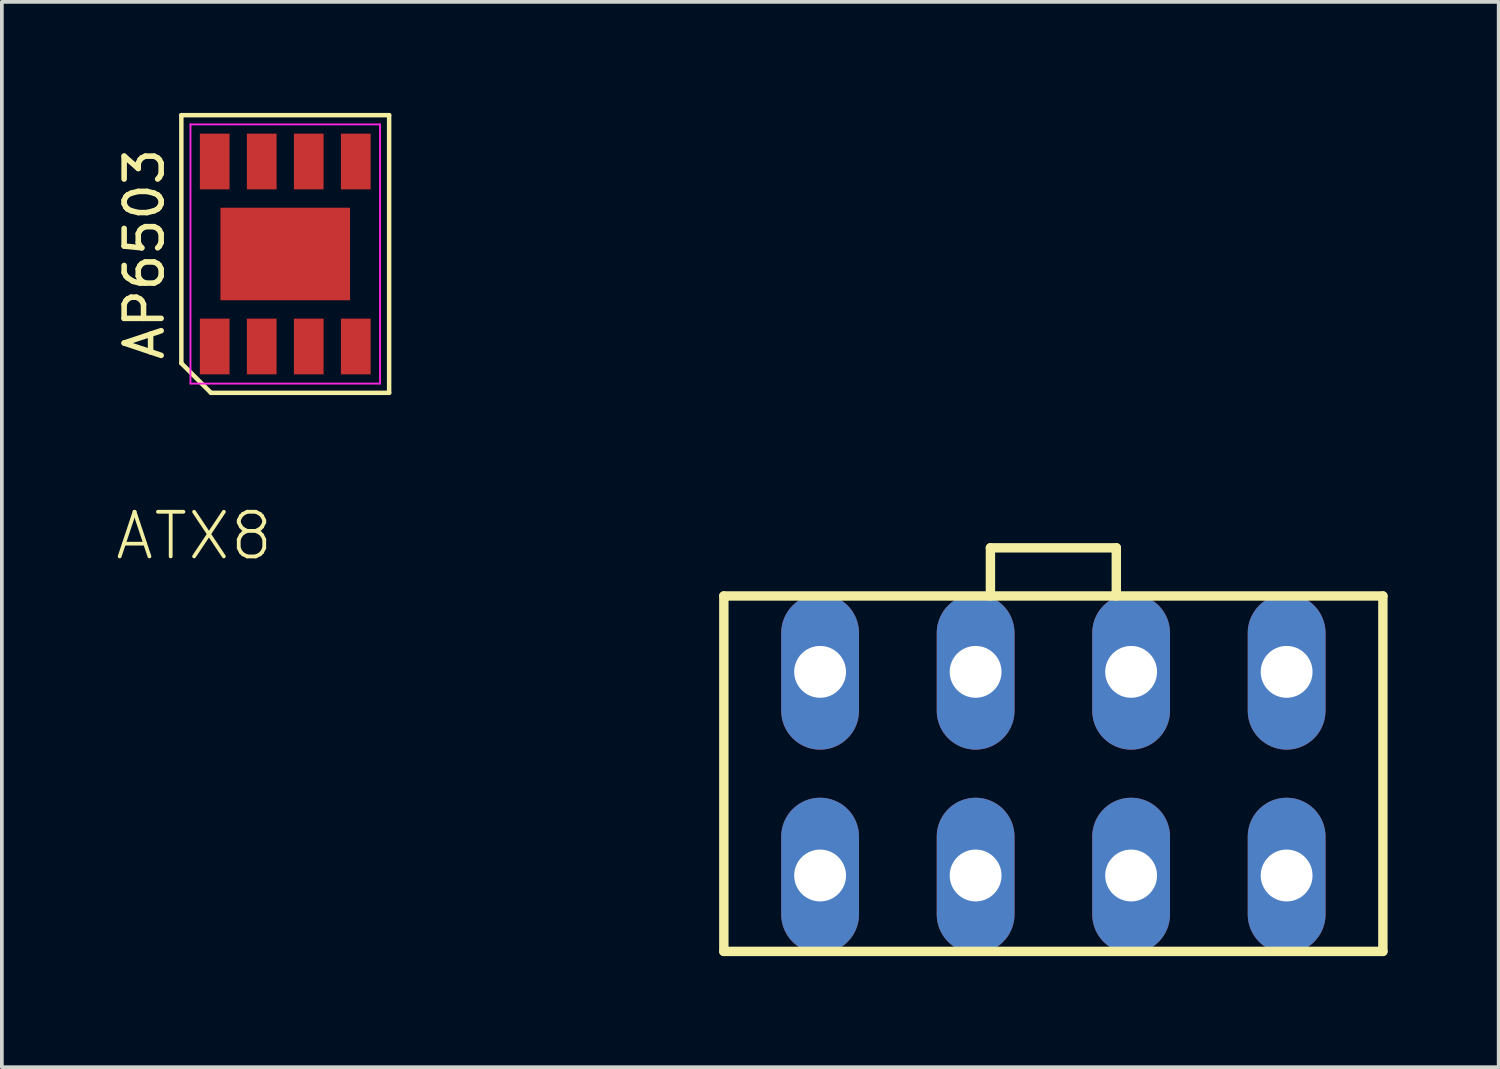
<source format=kicad_pcb>
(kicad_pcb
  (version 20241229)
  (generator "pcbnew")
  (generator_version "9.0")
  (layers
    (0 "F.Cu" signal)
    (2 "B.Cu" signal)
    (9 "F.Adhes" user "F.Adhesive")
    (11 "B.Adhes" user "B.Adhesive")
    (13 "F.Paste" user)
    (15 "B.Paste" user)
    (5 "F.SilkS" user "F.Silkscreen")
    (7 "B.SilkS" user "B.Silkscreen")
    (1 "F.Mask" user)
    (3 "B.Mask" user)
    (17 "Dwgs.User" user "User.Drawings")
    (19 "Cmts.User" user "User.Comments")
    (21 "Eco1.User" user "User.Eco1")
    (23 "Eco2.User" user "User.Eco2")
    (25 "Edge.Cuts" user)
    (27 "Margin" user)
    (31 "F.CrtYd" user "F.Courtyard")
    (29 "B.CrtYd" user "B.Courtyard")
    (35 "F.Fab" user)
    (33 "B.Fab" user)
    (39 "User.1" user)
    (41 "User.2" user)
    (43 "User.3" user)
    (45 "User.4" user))
  (footprint "ATX8"
    (layer "F.Cu")
    (at 25.4 17.846)
    (property "Reference" "ATX8" (at -25.4 -5.715 0) (layer "F.SilkS") (effects (font (size 1.206 1.206) (thickness 0.102)) (justify left bottom)))
    (attr through_hole)
    (fp_line (start -8.9 -4.8) (end 8.9 -4.8) (stroke (width 0.254) (type solid)) (layer "F.SilkS"))
    (fp_line (start -8.9 4.8) (end -8.9 -4.8) (stroke (width 0.254) (type solid)) (layer "F.SilkS"))
    (fp_line (start -1.7 -6.1) (end -1.7 -4.8) (stroke (width 0.254) (type solid)) (layer "F.SilkS"))
    (fp_line (start -1.7 -6.1) (end 1.7 -6.1) (stroke (width 0.254) (type solid)) (layer "F.SilkS"))
    (fp_line (start 1.7 -6.1) (end 1.7 -4.8) (stroke (width 0.254) (type solid)) (layer "F.SilkS"))
    (fp_line (start 8.9 -4.8) (end 8.9 4.8) (stroke (width 0.254) (type solid)) (layer "F.SilkS"))
    (fp_line (start 8.9 4.8) (end -8.9 4.8) (stroke (width 0.254) (type solid)) (layer "F.SilkS"))
    (pad "1" thru_hole oval (at 6.3 2.75 90) (size 4.2 2.1) (drill 1.4) (layers "*.Cu" "*.Mask"))
    (pad "2" thru_hole oval (at 2.1 2.75 90) (size 4.2 2.1) (drill 1.4) (layers "*.Cu" "*.Mask"))
    (pad "3" thru_hole oval (at -2.1 2.75 90) (size 4.2 2.1) (drill 1.4) (layers "*.Cu" "*.Mask"))
    (pad "4" thru_hole oval (at -6.3 2.75 90) (size 4.2 2.1) (drill 1.4) (layers "*.Cu" "*.Mask"))
    (pad "5" thru_hole oval (at 6.3 -2.75 90) (size 4.2 2.1) (drill 1.4) (layers "*.Cu" "*.Mask"))
    (pad "6" thru_hole oval (at 2.1 -2.75 90) (size 4.2 2.1) (drill 1.4) (layers "*.Cu" "*.Mask"))
    (pad "7" thru_hole oval (at -2.1 -2.75 90) (size 4.2 2.1) (drill 1.4) (layers "*.Cu" "*.Mask"))
    (pad "8" thru_hole oval (at -6.3 -2.75 90) (size 4.2 2.1) (drill 1.4) (layers "*.Cu" "*.Mask")))
  (footprint "AP6503"
    (layer "F.Cu")
    (at 4.654 3.81)
    (property "Reference" "AP6503" (at -3.806 0 90) (layer "F.SilkS") (effects (font (size 1 1) (thickness 0.15))))
    (attr smd)
    (fp_line (start -2.806 -3.75) (end 2.806 -3.75) (stroke (width 0.12) (type solid)) (layer "F.SilkS"))
    (fp_line (start -2.806 2.95) (end -2.806 -3.75) (stroke (width 0.12) (type solid)) (layer "F.SilkS"))
    (fp_line (start -2.006 3.75) (end -2.806 2.95) (stroke (width 0.12) (type solid)) (layer "F.SilkS"))
    (fp_line (start 2.806 -3.75) (end 2.806 3.75) (stroke (width 0.12) (type solid)) (layer "F.SilkS"))
    (fp_line (start 2.806 3.75) (end -2.006 3.75) (stroke (width 0.12) (type solid)) (layer "F.SilkS"))
    (fp_line (start -2.56 -3.5) (end 2.56 -3.5) (stroke (width 0.05) (type solid)) (layer "F.CrtYd"))
    (fp_line (start -2.56 3.5) (end -2.56 -3.5) (stroke (width 0.05) (type solid)) (layer "F.CrtYd"))
    (fp_line (start 2.56 -3.5) (end 2.56 3.5) (stroke (width 0.05) (type solid)) (layer "F.CrtYd"))
    (fp_line (start 2.56 3.5) (end -2.56 3.5) (stroke (width 0.05) (type solid)) (layer "F.CrtYd"))
    (pad "1" smd rect (at -1.905 2.498) (size 0.802 1.505) (layers "F.Cu" "F.Mask" "F.Paste"))
    (pad "2" smd rect (at -0.635 2.498) (size 0.802 1.505) (layers "F.Cu" "F.Mask" "F.Paste"))
    (pad "3" smd rect (at 0.635 2.498) (size 0.802 1.505) (layers "F.Cu" "F.Mask" "F.Paste"))
    (pad "4" smd rect (at 1.905 2.498) (size 0.802 1.505) (layers "F.Cu" "F.Mask" "F.Paste"))
    (pad "5" smd rect (at 1.905 -2.498) (size 0.802 1.505) (layers "F.Cu" "F.Mask" "F.Paste"))
    (pad "6" smd rect (at 0.635 -2.498) (size 0.802 1.505) (layers "F.Cu" "F.Mask" "F.Paste"))
    (pad "7" smd rect (at -0.635 -2.498) (size 0.802 1.505) (layers "F.Cu" "F.Mask" "F.Paste"))
    (pad "8" smd rect (at -1.905 -2.498) (size 0.802 1.505) (layers "F.Cu" "F.Mask" "F.Paste"))
    (pad "9" smd rect (at 0 0) (size 3.5 2.5) (layers "F.Cu" "F.Mask" "F.Paste")))
  (gr_rect
    (start -3 -3)
    (end 37.427 25.773)
    (stroke (width 0.1) (type default))
    (fill no)
    (layer "Edge.Cuts")))
</source>
